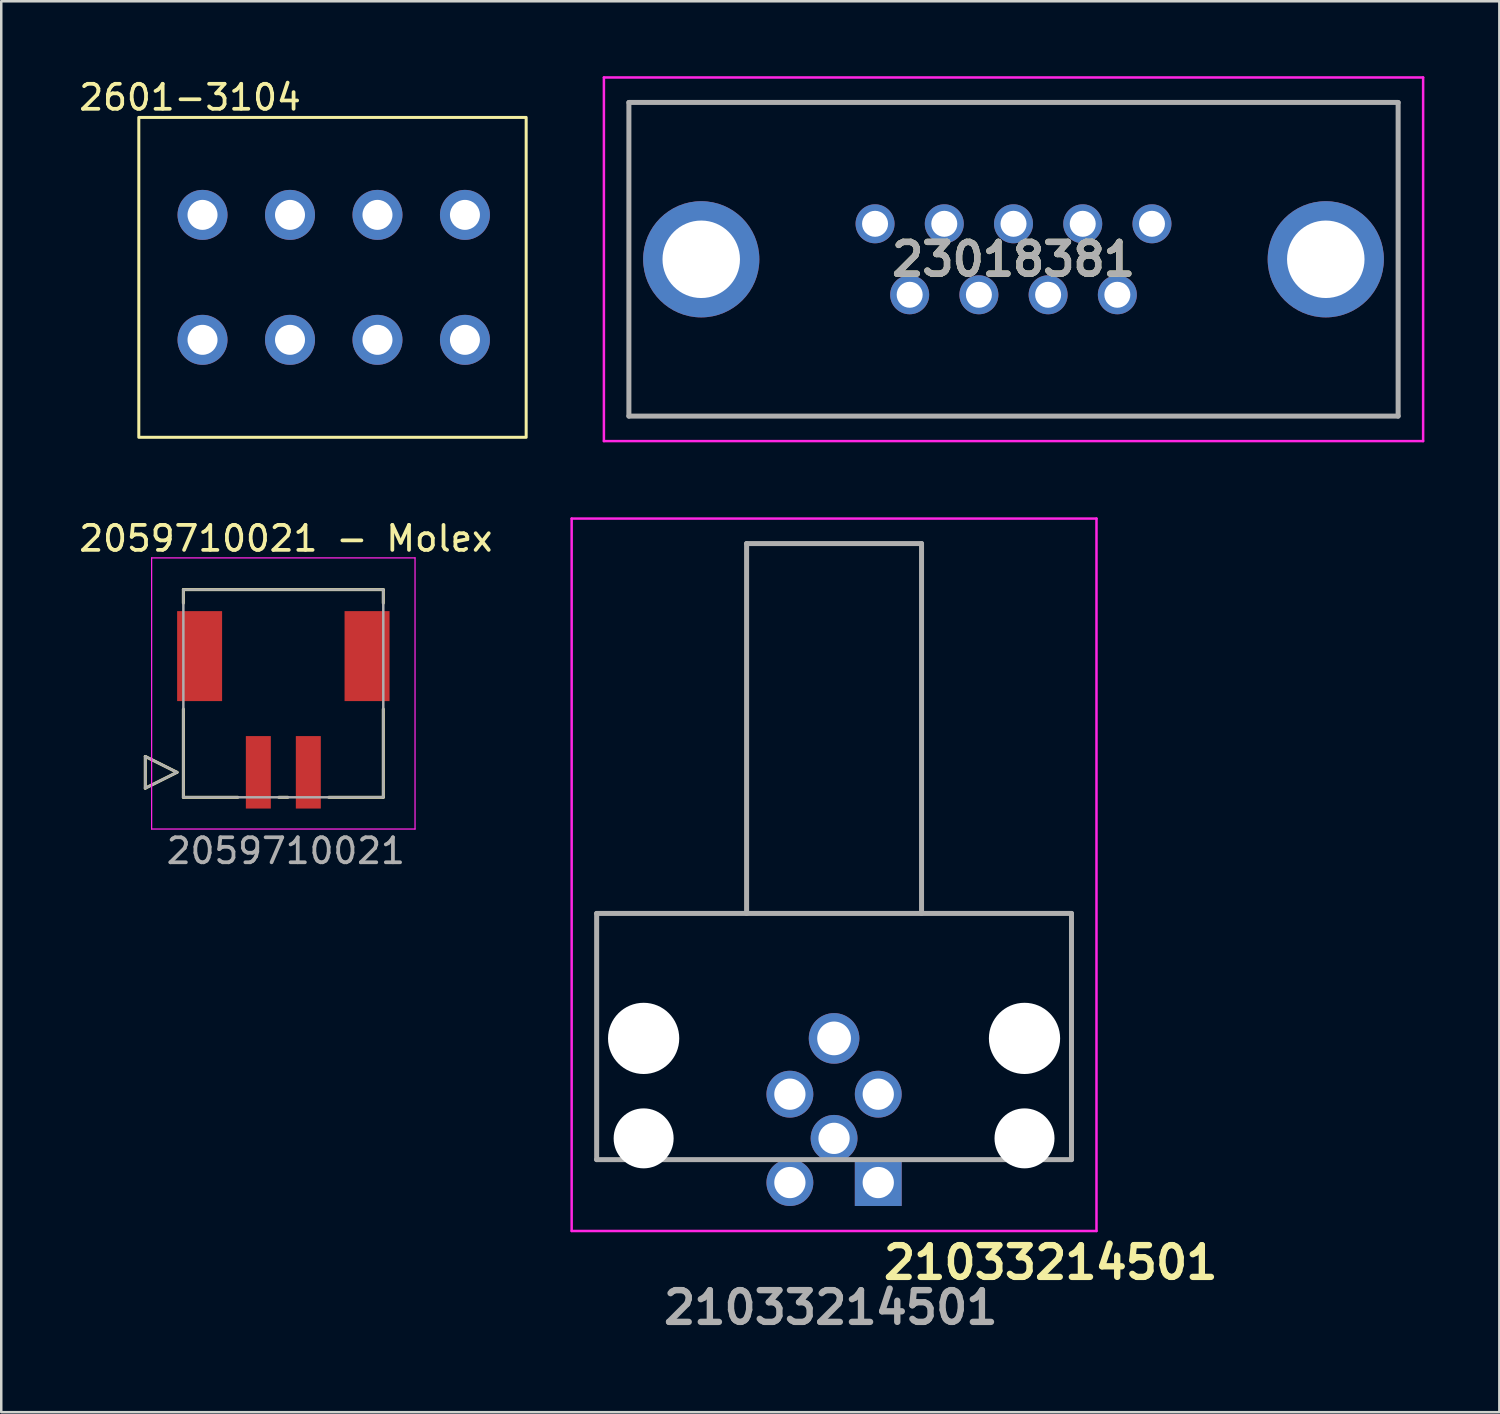
<source format=kicad_pcb>
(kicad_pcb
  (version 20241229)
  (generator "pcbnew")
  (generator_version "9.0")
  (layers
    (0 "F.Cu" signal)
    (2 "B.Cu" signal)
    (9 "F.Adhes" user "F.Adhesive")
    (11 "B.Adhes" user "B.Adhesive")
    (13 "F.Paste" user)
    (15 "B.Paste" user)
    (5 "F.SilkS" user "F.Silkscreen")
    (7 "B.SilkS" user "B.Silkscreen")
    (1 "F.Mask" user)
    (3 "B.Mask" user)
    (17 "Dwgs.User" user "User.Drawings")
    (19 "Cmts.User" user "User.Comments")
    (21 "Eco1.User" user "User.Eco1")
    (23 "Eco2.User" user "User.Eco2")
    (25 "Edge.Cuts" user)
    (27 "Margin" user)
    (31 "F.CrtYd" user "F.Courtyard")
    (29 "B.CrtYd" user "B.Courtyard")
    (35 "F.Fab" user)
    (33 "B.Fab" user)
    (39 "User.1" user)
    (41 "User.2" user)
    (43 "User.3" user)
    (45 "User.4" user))
  (footprint "23018381"
    (layer "F.Cu")
    (at 43.044 5.905)
    (property "Reference" "23018381" (at -5.54 1.42 0) (layer "F.SilkS") (effects (font (size 1.27 1.27) (thickness 0.254))))
    (attr through_hole)
    (fp_line (start -20.93 -4.855) (end 9.85 -4.855) (stroke (width 0.1) (type solid)) (layer "F.SilkS"))
    (fp_line (start -20.93 7.695) (end -20.93 -4.855) (stroke (width 0.1) (type solid)) (layer "F.SilkS"))
    (fp_line (start 9.85 -4.855) (end 9.85 7.695) (stroke (width 0.1) (type solid)) (layer "F.SilkS"))
    (fp_line (start 9.85 7.695) (end -20.93 7.695) (stroke (width 0.1) (type solid)) (layer "F.SilkS"))
    (fp_line (start -21.93 -5.855) (end 10.85 -5.855) (stroke (width 0.1) (type solid)) (layer "F.CrtYd"))
    (fp_line (start -21.93 8.695) (end -21.93 -5.855) (stroke (width 0.1) (type solid)) (layer "F.CrtYd"))
    (fp_line (start 10.85 -5.855) (end 10.85 8.695) (stroke (width 0.1) (type solid)) (layer "F.CrtYd"))
    (fp_line (start 10.85 8.695) (end -21.93 8.695) (stroke (width 0.1) (type solid)) (layer "F.CrtYd"))
    (fp_line (start -20.93 -4.855) (end 9.85 -4.855) (stroke (width 0.2) (type solid)) (layer "F.Fab"))
    (fp_line (start -20.93 7.695) (end -20.93 -4.855) (stroke (width 0.2) (type solid)) (layer "F.Fab"))
    (fp_line (start 9.85 -4.855) (end 9.85 7.695) (stroke (width 0.2) (type solid)) (layer "F.Fab"))
    (fp_line (start 9.85 7.695) (end -20.93 7.695) (stroke (width 0.2) (type solid)) (layer "F.Fab"))
    (fp_text user "${REFERENCE}" (at -5.54 1.42 0) (layer "F.Fab") (effects (font (size 1.27 1.27) (thickness 0.254))))
    (pad "1" thru_hole circle (at 0 0) (size 1.56 1.56) (drill 1.04) (layers "*.Cu" "*.Mask"))
    (pad "2" thru_hole circle (at -2.77 0) (size 1.56 1.56) (drill 1.04) (layers "*.Cu" "*.Mask"))
    (pad "3" thru_hole circle (at -5.54 0) (size 1.56 1.56) (drill 1.04) (layers "*.Cu" "*.Mask"))
    (pad "4" thru_hole circle (at -8.31 0) (size 1.56 1.56) (drill 1.04) (layers "*.Cu" "*.Mask"))
    (pad "5" thru_hole circle (at -11.08 0) (size 1.56 1.56) (drill 1.04) (layers "*.Cu" "*.Mask"))
    (pad "6" thru_hole circle (at -1.385 2.84) (size 1.56 1.56) (drill 1.04) (layers "*.Cu" "*.Mask"))
    (pad "7" thru_hole circle (at -4.155 2.84) (size 1.56 1.56) (drill 1.04) (layers "*.Cu" "*.Mask"))
    (pad "8" thru_hole circle (at -6.925 2.84) (size 1.56 1.56) (drill 1.04) (layers "*.Cu" "*.Mask"))
    (pad "9" thru_hole circle (at -9.695 2.84) (size 1.56 1.56) (drill 1.04) (layers "*.Cu" "*.Mask"))
    (pad "MH1" thru_hole circle (at -18.035 1.42) (size 4.65 4.65) (drill 3.1) (layers "*.Cu" "*.Mask"))
    (pad "MH2" thru_hole circle (at 6.955 1.42) (size 4.65 4.65) (drill 3.1) (layers "*.Cu" "*.Mask")))
  (footprint "21033214501"
    (layer "F.Cu")
    (at 32.092 44.268)
    (property "Reference" "21033214501" (at 6.9 3.2 0) (layer "F.SilkS") (effects (font (size 1.27 1.27) (thickness 0.254))))
    (attr through_hole)
    (fp_line (start -11.268 -10.768) (end 7.732 -10.768) (stroke (width 0.1) (type solid)) (layer "F.SilkS"))
    (fp_line (start -11.268 -0.918) (end -11.268 -10.768) (stroke (width 0.1) (type solid)) (layer "F.SilkS"))
    (fp_line (start 7.732 -10.768) (end 7.732 -0.918) (stroke (width 0.1) (type solid)) (layer "F.SilkS"))
    (fp_line (start -12.268 -26.568) (end 8.732 -26.568) (stroke (width 0.1) (type solid)) (layer "F.CrtYd"))
    (fp_line (start -12.268 1.938) (end -12.268 -26.568) (stroke (width 0.1) (type solid)) (layer "F.CrtYd"))
    (fp_line (start 8.732 -26.568) (end 8.732 1.938) (stroke (width 0.1) (type solid)) (layer "F.CrtYd"))
    (fp_line (start 8.732 1.938) (end -12.268 1.938) (stroke (width 0.1) (type solid)) (layer "F.CrtYd"))
    (fp_line (start -11.268 -10.768) (end 7.732 -10.768) (stroke (width 0.2) (type solid)) (layer "F.Fab"))
    (fp_line (start -11.268 -0.918) (end -11.268 -10.768) (stroke (width 0.2) (type solid)) (layer "F.Fab"))
    (fp_line (start -5.268 -25.568) (end 1.732 -25.568) (stroke (width 0.2) (type solid)) (layer "F.Fab"))
    (fp_line (start -5.268 -10.768) (end -5.268 -25.568) (stroke (width 0.2) (type solid)) (layer "F.Fab"))
    (fp_line (start 1.732 -25.568) (end 1.732 -10.768) (stroke (width 0.2) (type solid)) (layer "F.Fab"))
    (fp_line (start 7.732 -10.768) (end 7.732 -0.918) (stroke (width 0.2) (type solid)) (layer "F.Fab"))
    (fp_line (start 7.732 -0.918) (end -11.268 -0.918) (stroke (width 0.2) (type solid)) (layer "F.Fab"))
    (fp_text user "${REFERENCE}" (at -1.9 5 0) (layer "F.Fab") (effects (font (size 1.27 1.27) (thickness 0.254))))
    (pad "" np_thru_hole circle (at -9.388 -5.768) (size 2.85 2.85) (drill 2.85) (layers "*.Cu" "*.Mask"))
    (pad "" np_thru_hole circle (at -9.388 -1.768) (size 2.4 2.4) (drill 2.4) (layers "*.Cu" "*.Mask"))
    (pad "" np_thru_hole circle (at 5.852 -5.768) (size 2.85 2.85) (drill 2.85) (layers "*.Cu" "*.Mask"))
    (pad "" np_thru_hole circle (at 5.852 -1.768) (size 2.4 2.4) (drill 2.4) (layers "*.Cu" "*.Mask"))
    (pad "1" thru_hole rect (at 0 0) (size 1.875 1.875) (drill 1.25) (layers "*.Cu" "*.Mask"))
    (pad "2" thru_hole circle (at -3.536 0) (size 1.875 1.875) (drill 1.25) (layers "*.Cu" "*.Mask"))
    (pad "3" thru_hole circle (at -3.536 -3.536) (size 1.875 1.875) (drill 1.25) (layers "*.Cu" "*.Mask"))
    (pad "4" thru_hole circle (at 0 -3.536) (size 1.875 1.875) (drill 1.25) (layers "*.Cu" "*.Mask"))
    (pad "5" thru_hole circle (at -1.768 -1.768) (size 1.875 1.875) (drill 1.25) (layers "*.Cu" "*.Mask"))
    (pad "S1" thru_hole circle (at -1.768 -5.768) (size 2.025 2.025) (drill 1.35) (layers "*.Cu" "*.Mask")))
  (footprint "2059710021 - Molex"
    (layer "F.Cu")
    (at 8.287 24.098)
    (property "Reference" "2059710021 - Molex" (at 0.1 -5.6 0) (layer "F.SilkS") (effects (font (size 1 1) (thickness 0.15))))
    (attr smd)
    (fp_line (start -5.524 3.12) (end -5.524 4.39) (stroke (width 0.12) (type solid)) (layer "F.SilkS"))
    (fp_line (start -5.524 4.39) (end -4.254 3.755) (stroke (width 0.12) (type solid)) (layer "F.SilkS"))
    (fp_line (start -4.254 3.755) (end -5.524 3.12) (stroke (width 0.12) (type solid)) (layer "F.SilkS"))
    (fp_line (start -4 -3.555) (end -4 -3.015) (stroke (width 0.12) (type solid)) (layer "F.SilkS"))
    (fp_line (start -4 1.225) (end -4 4.755) (stroke (width 0.12) (type solid)) (layer "F.SilkS"))
    (fp_line (start -4 4.755) (end -1.82 4.755) (stroke (width 0.12) (type solid)) (layer "F.SilkS"))
    (fp_line (start -0.18 4.755) (end 0.18 4.755) (stroke (width 0.12) (type solid)) (layer "F.SilkS"))
    (fp_line (start 1.82 4.755) (end 4 4.755) (stroke (width 0.12) (type solid)) (layer "F.SilkS"))
    (fp_line (start 4 -3.555) (end -4 -3.555) (stroke (width 0.12) (type solid)) (layer "F.SilkS"))
    (fp_line (start 4 -3.015) (end 4 -3.555) (stroke (width 0.12) (type solid)) (layer "F.SilkS"))
    (fp_line (start 4 4.755) (end 4 1.225) (stroke (width 0.12) (type solid)) (layer "F.SilkS"))
    (fp_line (start -5.27 -4.825) (end -5.27 6.025) (stroke (width 0.05) (type solid)) (layer "F.CrtYd"))
    (fp_line (start -5.27 6.025) (end 5.27 6.025) (stroke (width 0.05) (type solid)) (layer "F.CrtYd"))
    (fp_line (start 5.27 -4.825) (end -5.27 -4.825) (stroke (width 0.05) (type solid)) (layer "F.CrtYd"))
    (fp_line (start 5.27 6.025) (end 5.27 -4.825) (stroke (width 0.05) (type solid)) (layer "F.CrtYd"))
    (fp_line (start -5.524 3.12) (end -5.524 4.39) (stroke (width 0.1) (type solid)) (layer "F.Fab"))
    (fp_line (start -5.524 4.39) (end -4.254 3.755) (stroke (width 0.1) (type solid)) (layer "F.Fab"))
    (fp_line (start -4.254 3.755) (end -5.524 3.12) (stroke (width 0.1) (type solid)) (layer "F.Fab"))
    (fp_line (start -4 -3.555) (end -4 4.755) (stroke (width 0.1) (type solid)) (layer "F.Fab"))
    (fp_line (start -4 4.755) (end 4 4.755) (stroke (width 0.1) (type solid)) (layer "F.Fab"))
    (fp_line (start 4 -3.555) (end -4 -3.555) (stroke (width 0.1) (type solid)) (layer "F.Fab"))
    (fp_line (start 4 4.755) (end 4 -3.555) (stroke (width 0.1) (type solid)) (layer "F.Fab"))
    (fp_text user "2059710021" (at 0.1 6.9 0) (layer "F.Fab") (effects (font (size 1 1) (thickness 0.15))))
    (pad "1" smd rect (at -1 3.755) (size 1 2.9) (layers "F.Cu" "F.Mask" "F.Paste"))
    (pad "2" smd rect (at 1 3.755) (size 1 2.9) (layers "F.Cu" "F.Mask" "F.Paste"))
    (pad "S1" smd rect (at 3.35 -0.895) (size 1.8 3.6) (layers "F.Cu" "F.Mask" "F.Paste"))
    (pad "S2" smd rect (at -3.35 -0.895) (size 1.8 3.6) (layers "F.Cu" "F.Mask" "F.Paste")))
  (footprint "2601-3104"
    (layer "F.Cu")
    (at 10.454 7.948)
    (property "Reference" "2601-3104" (at -5.9 -7.1 0) (unlocked yes) (layer "F.SilkS") (effects (font (size 1 1) (thickness 0.15))))
    (attr through_hole)
    (fp_rect (start -7.95 -6.3) (end 7.55 6.5) (stroke (width 0.12) (type default)) (fill no) (layer "F.SilkS"))
    (pad "1" thru_hole circle (at -5.4 -2.4) (size 2 2) (drill 1.2) (layers "*.Cu" "*.Mask"))
    (pad "1" thru_hole circle (at -5.4 2.6) (size 2 2) (drill 1.2) (layers "*.Cu" "*.Mask"))
    (pad "2" thru_hole circle (at -1.9 -2.4) (size 2 2) (drill 1.2) (layers "*.Cu" "*.Mask"))
    (pad "2" thru_hole circle (at -1.9 2.6) (size 2 2) (drill 1.2) (layers "*.Cu" "*.Mask"))
    (pad "3" thru_hole circle (at 1.6 -2.4) (size 2 2) (drill 1.2) (layers "*.Cu" "*.Mask"))
    (pad "3" thru_hole circle (at 1.6 2.6) (size 2 2) (drill 1.2) (layers "*.Cu" "*.Mask"))
    (pad "4" thru_hole circle (at 5.1 -2.4) (size 2 2) (drill 1.2) (layers "*.Cu" "*.Mask"))
    (pad "4" thru_hole circle (at 5.1 2.6) (size 2 2) (drill 1.2) (layers "*.Cu" "*.Mask")))
  (gr_rect
    (start -3 -3)
    (end 56.944 53.457)
    (stroke (width 0.1) (type default))
    (fill no)
    (layer "Edge.Cuts")))
</source>
